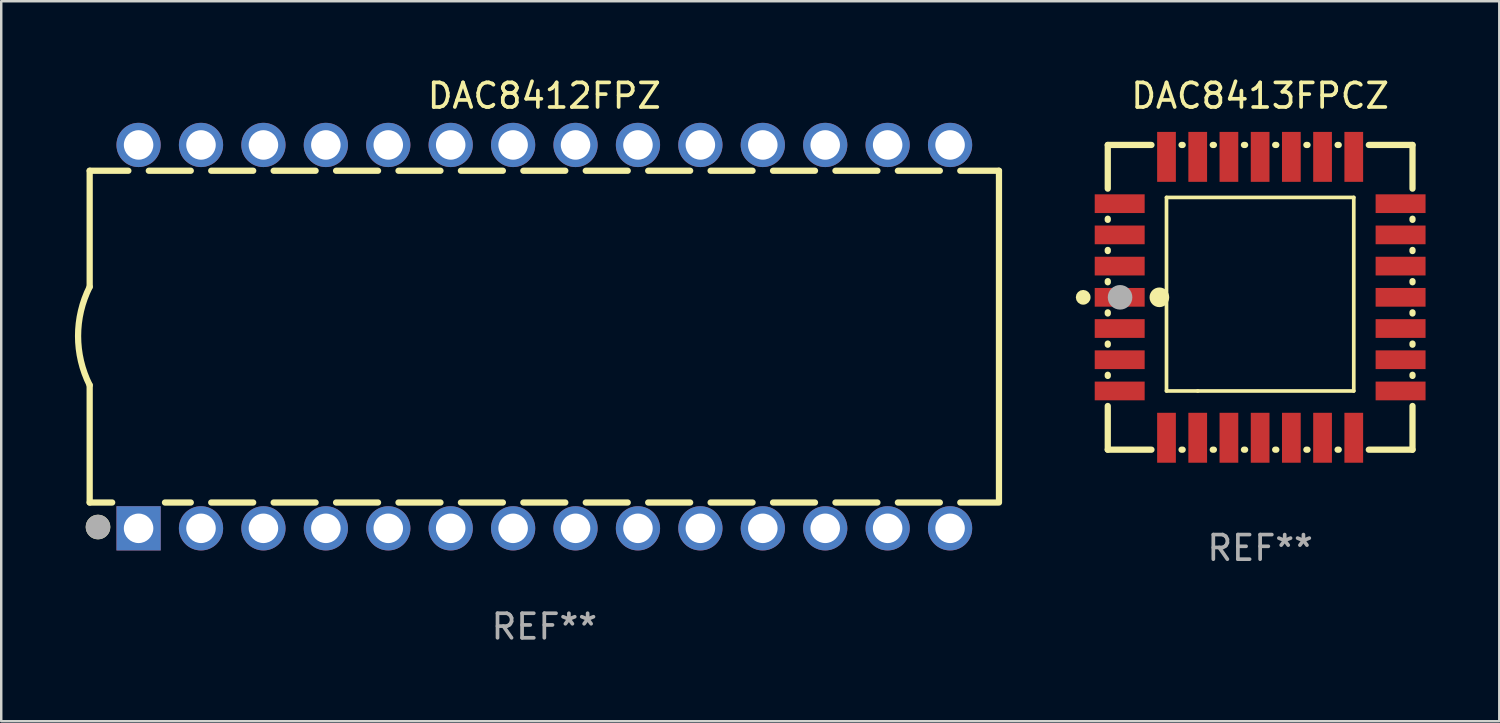
<source format=kicad_pcb>
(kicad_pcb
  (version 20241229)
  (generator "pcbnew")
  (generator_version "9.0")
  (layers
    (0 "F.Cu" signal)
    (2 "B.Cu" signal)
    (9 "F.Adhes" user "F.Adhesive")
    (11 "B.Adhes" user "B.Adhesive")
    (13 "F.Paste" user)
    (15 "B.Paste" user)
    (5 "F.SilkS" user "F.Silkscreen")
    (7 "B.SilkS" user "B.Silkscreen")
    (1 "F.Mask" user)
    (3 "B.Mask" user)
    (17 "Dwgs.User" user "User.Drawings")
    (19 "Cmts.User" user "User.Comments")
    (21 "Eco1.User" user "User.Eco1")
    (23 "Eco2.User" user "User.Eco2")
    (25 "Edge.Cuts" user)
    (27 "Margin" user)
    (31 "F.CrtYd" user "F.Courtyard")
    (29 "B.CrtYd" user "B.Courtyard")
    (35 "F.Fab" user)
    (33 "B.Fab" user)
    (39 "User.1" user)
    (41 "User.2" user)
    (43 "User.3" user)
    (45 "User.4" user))
  (footprint "DAC8413FPCZ"
    (layer "F.Cu")
    (at 48.226 9.048)
    (property "Reference" "DAC8413FPCZ" (at 0 -8.2 0) (layer "F.SilkS") (effects (font (size 1 1) (thickness 0.15))))
    (attr through_hole)
    (fp_line (start -6.2 -6.2) (end -4.422 -6.2) (stroke (width 0.254) (type solid)) (layer "F.SilkS"))
    (fp_line (start -6.2 -4.422) (end -6.2 -6.2) (stroke (width 0.254) (type solid)) (layer "F.SilkS"))
    (fp_line (start -6.2 -3.152) (end -6.2 -3.198) (stroke (width 0.254) (type solid)) (layer "F.SilkS"))
    (fp_line (start -6.2 -1.882) (end -6.2 -1.928) (stroke (width 0.254) (type solid)) (layer "F.SilkS"))
    (fp_line (start -6.2 -0.612) (end -6.2 -0.658) (stroke (width 0.254) (type solid)) (layer "F.SilkS"))
    (fp_line (start -6.2 0.658) (end -6.2 0.612) (stroke (width 0.254) (type solid)) (layer "F.SilkS"))
    (fp_line (start -6.2 1.928) (end -6.2 1.882) (stroke (width 0.254) (type solid)) (layer "F.SilkS"))
    (fp_line (start -6.2 3.198) (end -6.2 3.152) (stroke (width 0.254) (type solid)) (layer "F.SilkS"))
    (fp_line (start -6.2 6.2) (end -6.2 4.422) (stroke (width 0.254) (type solid)) (layer "F.SilkS"))
    (fp_line (start -4.422 6.2) (end -6.2 6.2) (stroke (width 0.254) (type solid)) (layer "F.SilkS"))
    (fp_line (start -3.81 -4.064) (end 3.81 -4.064) (stroke (width 0.15) (type solid)) (layer "F.SilkS"))
    (fp_line (start -3.81 3.81) (end -3.81 -4.064) (stroke (width 0.15) (type solid)) (layer "F.SilkS"))
    (fp_line (start -3.198 -6.2) (end -3.152 -6.2) (stroke (width 0.254) (type solid)) (layer "F.SilkS"))
    (fp_line (start -3.152 6.2) (end -3.198 6.2) (stroke (width 0.254) (type solid)) (layer "F.SilkS"))
    (fp_line (start -2.54 3.81) (end -3.81 3.81) (stroke (width 0.15) (type solid)) (layer "F.SilkS"))
    (fp_line (start -1.928 -6.2) (end -1.882 -6.2) (stroke (width 0.254) (type solid)) (layer "F.SilkS"))
    (fp_line (start -1.882 6.2) (end -1.928 6.2) (stroke (width 0.254) (type solid)) (layer "F.SilkS"))
    (fp_line (start -0.658 -6.2) (end -0.612 -6.2) (stroke (width 0.254) (type solid)) (layer "F.SilkS"))
    (fp_line (start -0.612 6.2) (end -0.658 6.2) (stroke (width 0.254) (type solid)) (layer "F.SilkS"))
    (fp_line (start 0.612 -6.2) (end 0.658 -6.2) (stroke (width 0.254) (type solid)) (layer "F.SilkS"))
    (fp_line (start 0.658 6.2) (end 0.612 6.2) (stroke (width 0.254) (type solid)) (layer "F.SilkS"))
    (fp_line (start 1.882 -6.2) (end 1.928 -6.2) (stroke (width 0.254) (type solid)) (layer "F.SilkS"))
    (fp_line (start 1.928 6.2) (end 1.882 6.2) (stroke (width 0.254) (type solid)) (layer "F.SilkS"))
    (fp_line (start 3.152 -6.2) (end 3.198 -6.2) (stroke (width 0.254) (type solid)) (layer "F.SilkS"))
    (fp_line (start 3.198 6.2) (end 3.152 6.2) (stroke (width 0.254) (type solid)) (layer "F.SilkS"))
    (fp_line (start 3.81 -4.064) (end 3.81 3.81) (stroke (width 0.15) (type solid)) (layer "F.SilkS"))
    (fp_line (start 3.81 3.81) (end -2.54 3.81) (stroke (width 0.15) (type solid)) (layer "F.SilkS"))
    (fp_line (start 4.422 -6.2) (end 6.2 -6.2) (stroke (width 0.254) (type solid)) (layer "F.SilkS"))
    (fp_line (start 6.2 -6.2) (end 6.2 -4.422) (stroke (width 0.254) (type solid)) (layer "F.SilkS"))
    (fp_line (start 6.2 -3.198) (end 6.2 -3.152) (stroke (width 0.254) (type solid)) (layer "F.SilkS"))
    (fp_line (start 6.2 -1.928) (end 6.2 -1.882) (stroke (width 0.254) (type solid)) (layer "F.SilkS"))
    (fp_line (start 6.2 -0.658) (end 6.2 -0.612) (stroke (width 0.254) (type solid)) (layer "F.SilkS"))
    (fp_line (start 6.2 0.612) (end 6.2 0.658) (stroke (width 0.254) (type solid)) (layer "F.SilkS"))
    (fp_line (start 6.2 1.882) (end 6.2 1.928) (stroke (width 0.254) (type solid)) (layer "F.SilkS"))
    (fp_line (start 6.2 3.152) (end 6.2 3.198) (stroke (width 0.254) (type solid)) (layer "F.SilkS"))
    (fp_line (start 6.2 4.422) (end 6.2 6.2) (stroke (width 0.254) (type solid)) (layer "F.SilkS"))
    (fp_line (start 6.2 6.2) (end 4.422 6.2) (stroke (width 0.254) (type solid)) (layer "F.SilkS"))
    (fp_circle (center -7.2 0) (end -7.05 0) (stroke (width 0.3) (type solid)) (fill no) (layer "F.SilkS"))
    (fp_circle (center -6.223 6.223) (end -6.193 6.223) (stroke (width 0.06) (type solid)) (fill no) (layer "F.SilkS"))
    (fp_circle (center -4.1 0) (end -3.9 0) (stroke (width 0.4) (type solid)) (fill no) (layer "F.SilkS"))
    (fp_circle (center -5.7 0) (end -5.45 0) (stroke (width 0.5) (type solid)) (fill no) (layer "F.Fab"))
    (fp_text user "REF**" (at 0 10.2 0) (layer "F.Fab") (effects (font (size 1 1) (thickness 0.15))))
    (pad "1" smd rect (at -5.715 0) (size 2.032 0.762) (layers "F.Cu" "F.Mask" "F.Paste"))
    (pad "2" smd rect (at -5.715 1.27) (size 2.032 0.762) (layers "F.Cu" "F.Mask" "F.Paste"))
    (pad "3" smd rect (at -5.715 2.54) (size 2.032 0.762) (layers "F.Cu" "F.Mask" "F.Paste"))
    (pad "4" smd rect (at -5.715 3.81) (size 2.032 0.762) (layers "F.Cu" "F.Mask" "F.Paste"))
    (pad "5" smd rect (at -3.81 5.715) (size 0.762 2.032) (layers "F.Cu" "F.Mask" "F.Paste"))
    (pad "6" smd rect (at -2.54 5.715) (size 0.762 2.032) (layers "F.Cu" "F.Mask" "F.Paste"))
    (pad "7" smd rect (at -1.27 5.715) (size 0.762 2.032) (layers "F.Cu" "F.Mask" "F.Paste"))
    (pad "8" smd rect (at 0 5.715) (size 0.762 2.032) (layers "F.Cu" "F.Mask" "F.Paste"))
    (pad "9" smd rect (at 1.27 5.715) (size 0.762 2.032) (layers "F.Cu" "F.Mask" "F.Paste"))
    (pad "10" smd rect (at 2.54 5.715) (size 0.762 2.032) (layers "F.Cu" "F.Mask" "F.Paste"))
    (pad "11" smd rect (at 3.81 5.715) (size 0.762 2.032) (layers "F.Cu" "F.Mask" "F.Paste"))
    (pad "12" smd rect (at 5.715 3.81) (size 2.032 0.762) (layers "F.Cu" "F.Mask" "F.Paste"))
    (pad "13" smd rect (at 5.715 2.54) (size 2.032 0.762) (layers "F.Cu" "F.Mask" "F.Paste"))
    (pad "14" smd rect (at 5.715 1.27) (size 2.032 0.762) (layers "F.Cu" "F.Mask" "F.Paste"))
    (pad "15" smd rect (at 5.715 0) (size 2.032 0.762) (layers "F.Cu" "F.Mask" "F.Paste"))
    (pad "16" smd rect (at 5.715 -1.27) (size 2.032 0.762) (layers "F.Cu" "F.Mask" "F.Paste"))
    (pad "17" smd rect (at 5.715 -2.54) (size 2.032 0.762) (layers "F.Cu" "F.Mask" "F.Paste"))
    (pad "18" smd rect (at 5.715 -3.81) (size 2.032 0.762) (layers "F.Cu" "F.Mask" "F.Paste"))
    (pad "19" smd rect (at 3.81 -5.715) (size 0.762 2.032) (layers "F.Cu" "F.Mask" "F.Paste"))
    (pad "20" smd rect (at 2.54 -5.715) (size 0.762 2.032) (layers "F.Cu" "F.Mask" "F.Paste"))
    (pad "21" smd rect (at 1.27 -5.715) (size 0.762 2.032) (layers "F.Cu" "F.Mask" "F.Paste"))
    (pad "22" smd rect (at 0 -5.715) (size 0.762 2.032) (layers "F.Cu" "F.Mask" "F.Paste"))
    (pad "23" smd rect (at -1.27 -5.715) (size 0.762 2.032) (layers "F.Cu" "F.Mask" "F.Paste"))
    (pad "24" smd rect (at -2.54 -5.715) (size 0.762 2.032) (layers "F.Cu" "F.Mask" "F.Paste"))
    (pad "25" smd rect (at -3.81 -5.715) (size 0.762 2.032) (layers "F.Cu" "F.Mask" "F.Paste"))
    (pad "26" smd rect (at -5.715 -3.81) (size 2.032 0.762) (layers "F.Cu" "F.Mask" "F.Paste"))
    (pad "27" smd rect (at -5.715 -2.54) (size 2.032 0.762) (layers "F.Cu" "F.Mask" "F.Paste"))
    (pad "28" smd rect (at -5.715 -1.27) (size 2.032 0.762) (layers "F.Cu" "F.Mask" "F.Paste")))
  (footprint "DAC8412FPZ"
    (layer "F.Cu")
    (at 19.099 10.648)
    (property "Reference" "DAC8412FPZ" (at 0 -9.8 0) (layer "F.SilkS") (effects (font (size 1 1) (thickness 0.15))))
    (attr through_hole)
    (fp_line (start -18.5 -6.75) (end -18.5 -2.026) (stroke (width 0.254) (type solid)) (layer "F.SilkS"))
    (fp_line (start -18.5 -6.75) (end -16.926 -6.75) (stroke (width 0.254) (type solid)) (layer "F.SilkS"))
    (fp_line (start -18.5 6.75) (end -18.5 1.974) (stroke (width 0.254) (type solid)) (layer "F.SilkS"))
    (fp_line (start -18.5 6.75) (end -17.584 6.75) (stroke (width 0.254) (type solid)) (layer "F.SilkS"))
    (fp_line (start -16.094 -6.75) (end -14.386 -6.75) (stroke (width 0.254) (type solid)) (layer "F.SilkS"))
    (fp_line (start -15.436 6.75) (end -14.386 6.75) (stroke (width 0.254) (type solid)) (layer "F.SilkS"))
    (fp_line (start -13.554 -6.75) (end -11.846 -6.75) (stroke (width 0.254) (type solid)) (layer "F.SilkS"))
    (fp_line (start -13.554 6.75) (end -11.846 6.75) (stroke (width 0.254) (type solid)) (layer "F.SilkS"))
    (fp_line (start -11.014 -6.75) (end -9.306 -6.75) (stroke (width 0.254) (type solid)) (layer "F.SilkS"))
    (fp_line (start -11.014 6.75) (end -9.306 6.75) (stroke (width 0.254) (type solid)) (layer "F.SilkS"))
    (fp_line (start -8.474 -6.75) (end -6.766 -6.75) (stroke (width 0.254) (type solid)) (layer "F.SilkS"))
    (fp_line (start -8.474 6.75) (end -6.766 6.75) (stroke (width 0.254) (type solid)) (layer "F.SilkS"))
    (fp_line (start -5.934 -6.75) (end -4.226 -6.75) (stroke (width 0.254) (type solid)) (layer "F.SilkS"))
    (fp_line (start -5.934 6.75) (end -4.226 6.75) (stroke (width 0.254) (type solid)) (layer "F.SilkS"))
    (fp_line (start -3.394 -6.75) (end -1.686 -6.75) (stroke (width 0.254) (type solid)) (layer "F.SilkS"))
    (fp_line (start -3.394 6.75) (end -1.686 6.75) (stroke (width 0.254) (type solid)) (layer "F.SilkS"))
    (fp_line (start -0.854 -6.75) (end 0.854 -6.75) (stroke (width 0.254) (type solid)) (layer "F.SilkS"))
    (fp_line (start -0.854 6.75) (end 0.854 6.75) (stroke (width 0.254) (type solid)) (layer "F.SilkS"))
    (fp_line (start 1.686 -6.75) (end 3.394 -6.75) (stroke (width 0.254) (type solid)) (layer "F.SilkS"))
    (fp_line (start 1.686 6.75) (end 3.394 6.75) (stroke (width 0.254) (type solid)) (layer "F.SilkS"))
    (fp_line (start 4.226 -6.75) (end 5.934 -6.75) (stroke (width 0.254) (type solid)) (layer "F.SilkS"))
    (fp_line (start 4.226 6.75) (end 5.934 6.75) (stroke (width 0.254) (type solid)) (layer "F.SilkS"))
    (fp_line (start 6.766 -6.75) (end 8.474 -6.75) (stroke (width 0.254) (type solid)) (layer "F.SilkS"))
    (fp_line (start 6.766 6.75) (end 8.474 6.75) (stroke (width 0.254) (type solid)) (layer "F.SilkS"))
    (fp_line (start 9.306 -6.75) (end 11.014 -6.75) (stroke (width 0.254) (type solid)) (layer "F.SilkS"))
    (fp_line (start 9.306 6.75) (end 11.014 6.75) (stroke (width 0.254) (type solid)) (layer "F.SilkS"))
    (fp_line (start 11.846 -6.75) (end 13.554 -6.75) (stroke (width 0.254) (type solid)) (layer "F.SilkS"))
    (fp_line (start 11.846 6.75) (end 13.554 6.75) (stroke (width 0.254) (type solid)) (layer "F.SilkS"))
    (fp_line (start 14.386 -6.75) (end 16.094 -6.75) (stroke (width 0.254) (type solid)) (layer "F.SilkS"))
    (fp_line (start 14.386 6.75) (end 16.094 6.75) (stroke (width 0.254) (type solid)) (layer "F.SilkS"))
    (fp_line (start 16.926 -6.75) (end 18.5 -6.75) (stroke (width 0.254) (type solid)) (layer "F.SilkS"))
    (fp_line (start 16.926 6.75) (end 18.415 6.75) (stroke (width 0.254) (type solid)) (layer "F.SilkS"))
    (fp_line (start 18.5 6.75) (end 18.5 -6.75) (stroke (width 0.254) (type solid)) (layer "F.SilkS"))
    (fp_arc (start -18.500051 1.974384) (mid -18.972187 -0.025616) (end -18.500051 -2.025616) (stroke (width 0.254001) (type solid)) (layer "F.SilkS"))
    (fp_circle (center -18.5 7.8) (end -18.47 7.8) (stroke (width 0.06) (type solid)) (fill no) (layer "F.SilkS"))
    (fp_circle (center -18.161 7.747) (end -17.911 7.747) (stroke (width 0.5) (type solid)) (fill no) (layer "F.SilkS"))
    (fp_circle (center -18.161 7.747) (end -17.911 7.747) (stroke (width 0.5) (type solid)) (fill no) (layer "F.Fab"))
    (fp_text user "REF**" (at 0 11.8 0) (layer "F.Fab") (effects (font (size 1 1) (thickness 0.15))))
    (pad "1" thru_hole rect (at -16.51 7.8) (size 1.8 1.8) (drill 1.2) (layers "*.Cu" "*.Mask"))
    (pad "2" thru_hole circle (at -13.97 7.8) (size 1.8 1.8) (drill 1.2) (layers "*.Cu" "*.Mask"))
    (pad "3" thru_hole circle (at -11.43 7.8) (size 1.8 1.8) (drill 1.2) (layers "*.Cu" "*.Mask"))
    (pad "4" thru_hole circle (at -8.89 7.8) (size 1.8 1.8) (drill 1.2) (layers "*.Cu" "*.Mask"))
    (pad "5" thru_hole circle (at -6.35 7.8) (size 1.8 1.8) (drill 1.2) (layers "*.Cu" "*.Mask"))
    (pad "6" thru_hole circle (at -3.81 7.8) (size 1.8 1.8) (drill 1.2) (layers "*.Cu" "*.Mask"))
    (pad "7" thru_hole circle (at -1.27 7.8) (size 1.8 1.8) (drill 1.2) (layers "*.Cu" "*.Mask"))
    (pad "8" thru_hole circle (at 1.27 7.8) (size 1.8 1.8) (drill 1.2) (layers "*.Cu" "*.Mask"))
    (pad "9" thru_hole circle (at 3.81 7.8) (size 1.8 1.8) (drill 1.2) (layers "*.Cu" "*.Mask"))
    (pad "10" thru_hole circle (at 6.35 7.8) (size 1.8 1.8) (drill 1.2) (layers "*.Cu" "*.Mask"))
    (pad "11" thru_hole circle (at 8.89 7.8) (size 1.8 1.8) (drill 1.2) (layers "*.Cu" "*.Mask"))
    (pad "12" thru_hole circle (at 11.43 7.8) (size 1.8 1.8) (drill 1.2) (layers "*.Cu" "*.Mask"))
    (pad "13" thru_hole circle (at 13.97 7.8) (size 1.8 1.8) (drill 1.2) (layers "*.Cu" "*.Mask"))
    (pad "14" thru_hole circle (at 16.51 7.8) (size 1.8 1.8) (drill 1.2) (layers "*.Cu" "*.Mask"))
    (pad "15" thru_hole circle (at 16.51 -7.8) (size 1.8 1.8) (drill 1.2) (layers "*.Cu" "*.Mask"))
    (pad "16" thru_hole circle (at 13.97 -7.8) (size 1.8 1.8) (drill 1.2) (layers "*.Cu" "*.Mask"))
    (pad "17" thru_hole circle (at 11.43 -7.8) (size 1.8 1.8) (drill 1.2) (layers "*.Cu" "*.Mask"))
    (pad "18" thru_hole circle (at 8.89 -7.8) (size 1.8 1.8) (drill 1.2) (layers "*.Cu" "*.Mask"))
    (pad "19" thru_hole circle (at 6.35 -7.8) (size 1.8 1.8) (drill 1.2) (layers "*.Cu" "*.Mask"))
    (pad "20" thru_hole circle (at 3.81 -7.8) (size 1.8 1.8) (drill 1.2) (layers "*.Cu" "*.Mask"))
    (pad "21" thru_hole circle (at 1.27 -7.8) (size 1.8 1.8) (drill 1.2) (layers "*.Cu" "*.Mask"))
    (pad "22" thru_hole circle (at -1.27 -7.8) (size 1.8 1.8) (drill 1.2) (layers "*.Cu" "*.Mask"))
    (pad "23" thru_hole circle (at -3.81 -7.8) (size 1.8 1.8) (drill 1.2) (layers "*.Cu" "*.Mask"))
    (pad "24" thru_hole circle (at -6.35 -7.8) (size 1.8 1.8) (drill 1.2) (layers "*.Cu" "*.Mask"))
    (pad "25" thru_hole circle (at -8.89 -7.8) (size 1.8 1.8) (drill 1.2) (layers "*.Cu" "*.Mask"))
    (pad "26" thru_hole circle (at -11.43 -7.8) (size 1.8 1.8) (drill 1.2) (layers "*.Cu" "*.Mask"))
    (pad "27" thru_hole circle (at -13.97 -7.8) (size 1.8 1.8) (drill 1.2) (layers "*.Cu" "*.Mask"))
    (pad "28" thru_hole circle (at -16.51 -7.8) (size 1.8 1.8) (drill 1.2) (layers "*.Cu" "*.Mask")))
  (gr_rect
    (start -3 -3)
    (end 57.957 26.297)
    (stroke (width 0.1) (type default))
    (fill no)
    (layer "Edge.Cuts")))
</source>
